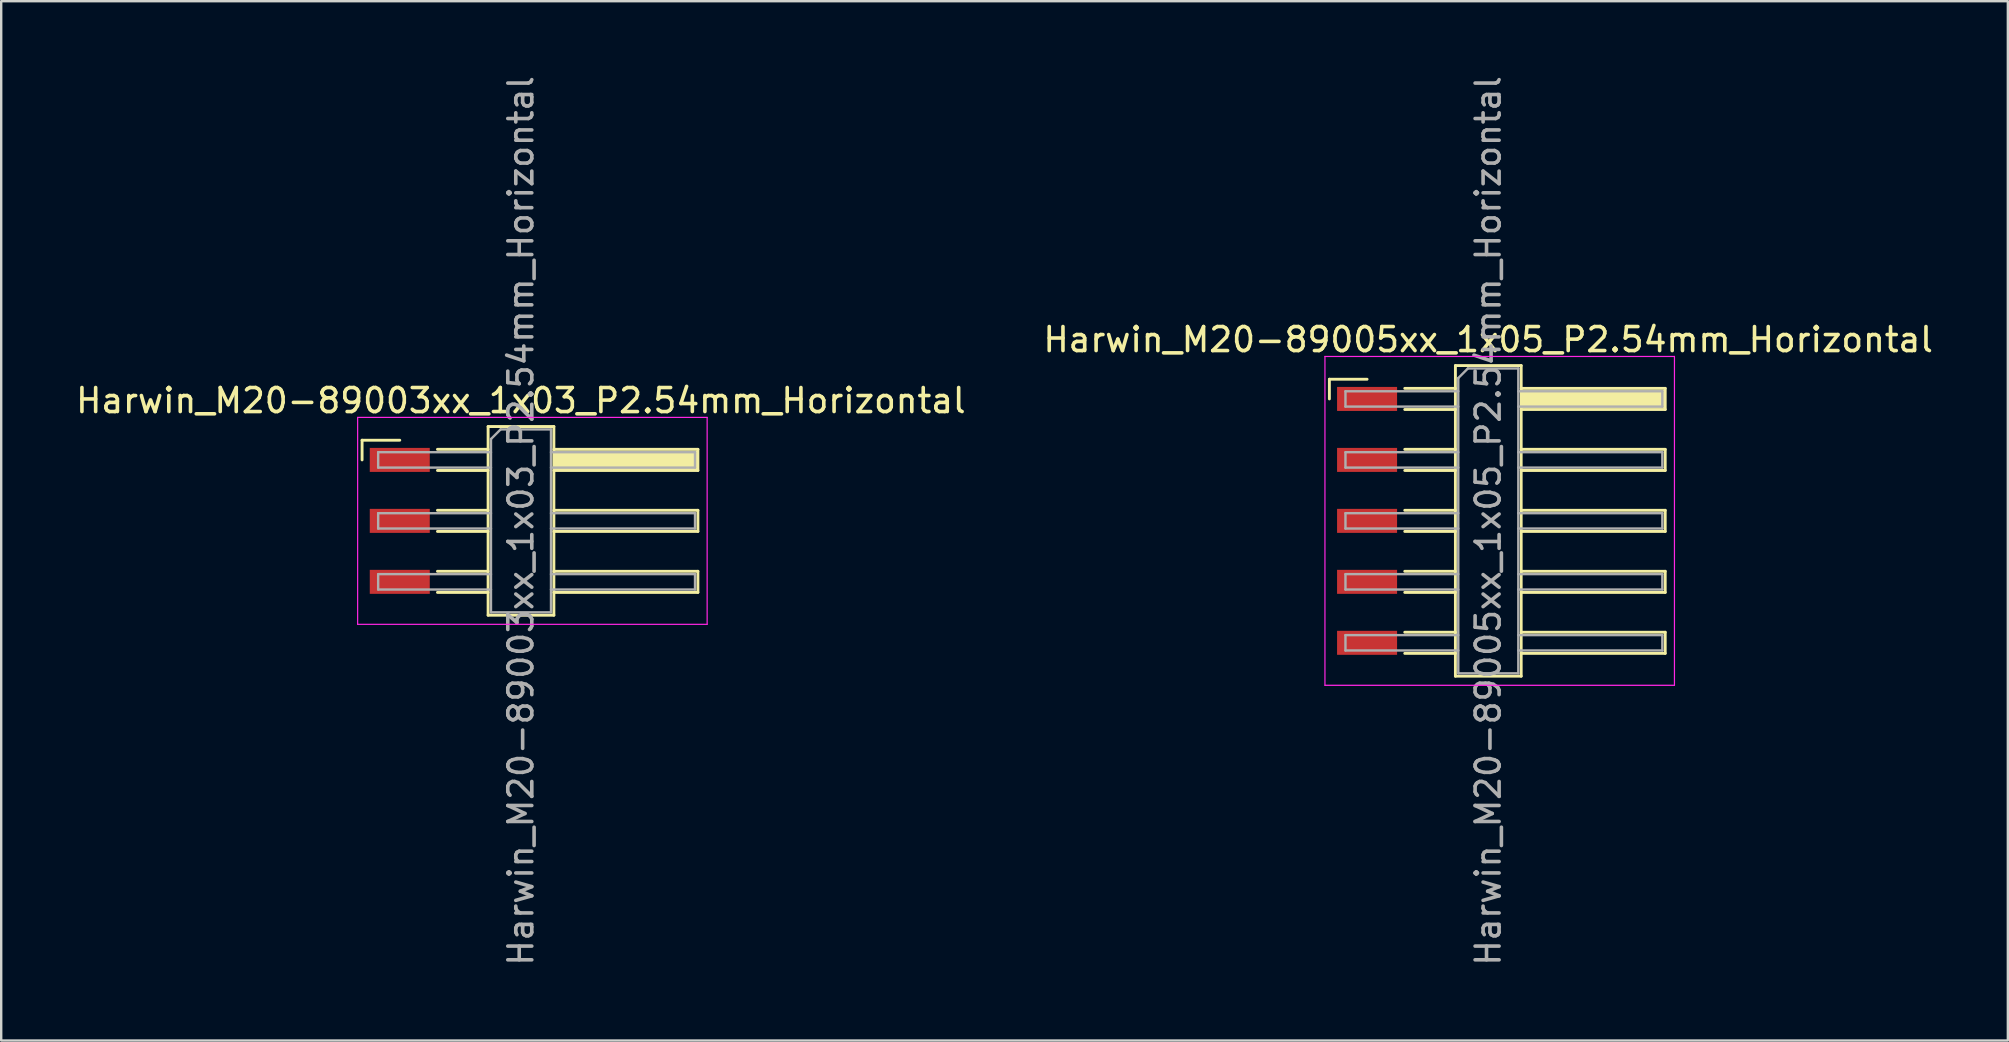
<source format=kicad_pcb>
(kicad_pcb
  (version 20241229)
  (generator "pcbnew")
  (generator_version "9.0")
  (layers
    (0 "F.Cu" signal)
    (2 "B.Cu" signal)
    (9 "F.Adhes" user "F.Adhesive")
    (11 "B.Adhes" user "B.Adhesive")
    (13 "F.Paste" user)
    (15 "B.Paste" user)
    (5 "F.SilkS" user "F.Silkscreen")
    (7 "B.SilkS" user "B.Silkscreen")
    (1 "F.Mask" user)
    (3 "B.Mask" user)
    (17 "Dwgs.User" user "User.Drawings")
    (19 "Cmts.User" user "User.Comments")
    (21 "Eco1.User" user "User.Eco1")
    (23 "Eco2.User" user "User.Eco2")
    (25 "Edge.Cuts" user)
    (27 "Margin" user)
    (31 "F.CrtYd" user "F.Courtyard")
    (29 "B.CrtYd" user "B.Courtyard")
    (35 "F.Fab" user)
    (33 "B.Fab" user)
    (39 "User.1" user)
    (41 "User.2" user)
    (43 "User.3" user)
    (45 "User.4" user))
  (footprint "Harwin_M20-89005xx_1x05_P2.54mm_Horizontal"
    (layer "F.Cu")
    (at 59.426 18.649)
    (property "Reference" "Harwin_M20-89005xx_1x05_P2.54mm_Horizontal" (at -0.48 -7.55 0) (layer "F.SilkS") (effects (font (size 1 1) (thickness 0.15))))
    (attr smd)
    (fp_line (start -7.095 -5.9) (end -5.525 -5.9) (stroke (width 0.12) (type solid)) (layer "F.SilkS"))
    (fp_line (start -7.095 -5.08) (end -7.095 -5.9) (stroke (width 0.12) (type solid)) (layer "F.SilkS"))
    (fp_line (start -3.955 -5.52) (end -1.845 -5.52) (stroke (width 0.12) (type solid)) (layer "F.SilkS"))
    (fp_line (start -3.955 -4.64) (end -1.845 -4.64) (stroke (width 0.12) (type solid)) (layer "F.SilkS"))
    (fp_line (start -3.955 -2.98) (end -1.845 -2.98) (stroke (width 0.12) (type solid)) (layer "F.SilkS"))
    (fp_line (start -3.955 -2.1) (end -1.845 -2.1) (stroke (width 0.12) (type solid)) (layer "F.SilkS"))
    (fp_line (start -3.955 -0.44) (end -1.845 -0.44) (stroke (width 0.12) (type solid)) (layer "F.SilkS"))
    (fp_line (start -3.955 0.44) (end -1.845 0.44) (stroke (width 0.12) (type solid)) (layer "F.SilkS"))
    (fp_line (start -3.955 2.1) (end -1.845 2.1) (stroke (width 0.12) (type solid)) (layer "F.SilkS"))
    (fp_line (start -3.955 2.98) (end -1.845 2.98) (stroke (width 0.12) (type solid)) (layer "F.SilkS"))
    (fp_line (start -3.955 4.64) (end -1.845 4.64) (stroke (width 0.12) (type solid)) (layer "F.SilkS"))
    (fp_line (start -3.955 5.52) (end -1.845 5.52) (stroke (width 0.12) (type solid)) (layer "F.SilkS"))
    (fp_line (start -1.845 -6.47) (end 0.895 -6.47) (stroke (width 0.12) (type solid)) (layer "F.SilkS"))
    (fp_line (start -1.845 6.47) (end -1.845 -6.47) (stroke (width 0.12) (type solid)) (layer "F.SilkS"))
    (fp_line (start 0.895 -6.47) (end 0.895 6.47) (stroke (width 0.12) (type solid)) (layer "F.SilkS"))
    (fp_line (start 0.895 -5.52) (end 6.895 -5.52) (stroke (width 0.12) (type solid)) (layer "F.SilkS"))
    (fp_line (start 0.895 -2.98) (end 6.895 -2.98) (stroke (width 0.12) (type solid)) (layer "F.SilkS"))
    (fp_line (start 0.895 -0.44) (end 6.895 -0.44) (stroke (width 0.12) (type solid)) (layer "F.SilkS"))
    (fp_line (start 0.895 2.1) (end 6.895 2.1) (stroke (width 0.12) (type solid)) (layer "F.SilkS"))
    (fp_line (start 0.895 4.64) (end 6.895 4.64) (stroke (width 0.12) (type solid)) (layer "F.SilkS"))
    (fp_line (start 0.895 6.47) (end -1.845 6.47) (stroke (width 0.12) (type solid)) (layer "F.SilkS"))
    (fp_line (start 6.895 -5.52) (end 6.895 -4.64) (stroke (width 0.12) (type solid)) (layer "F.SilkS"))
    (fp_line (start 6.895 -4.64) (end 0.895 -4.64) (stroke (width 0.12) (type solid)) (layer "F.SilkS"))
    (fp_line (start 6.895 -2.98) (end 6.895 -2.1) (stroke (width 0.12) (type solid)) (layer "F.SilkS"))
    (fp_line (start 6.895 -2.1) (end 0.895 -2.1) (stroke (width 0.12) (type solid)) (layer "F.SilkS"))
    (fp_line (start 6.895 -0.44) (end 6.895 0.44) (stroke (width 0.12) (type solid)) (layer "F.SilkS"))
    (fp_line (start 6.895 0.44) (end 0.895 0.44) (stroke (width 0.12) (type solid)) (layer "F.SilkS"))
    (fp_line (start 6.895 2.1) (end 6.895 2.98) (stroke (width 0.12) (type solid)) (layer "F.SilkS"))
    (fp_line (start 6.895 2.98) (end 0.895 2.98) (stroke (width 0.12) (type solid)) (layer "F.SilkS"))
    (fp_line (start 6.895 4.64) (end 6.895 5.52) (stroke (width 0.12) (type solid)) (layer "F.SilkS"))
    (fp_line (start 6.895 5.52) (end 0.895 5.52) (stroke (width 0.12) (type solid)) (layer "F.SilkS"))
    (fp_line (start -7.28 -6.85) (end 7.28 -6.85) (stroke (width 0.05) (type solid)) (layer "F.CrtYd"))
    (fp_line (start -7.28 6.85) (end -7.28 -6.85) (stroke (width 0.05) (type solid)) (layer "F.CrtYd"))
    (fp_line (start 7.28 -6.85) (end 7.28 6.85) (stroke (width 0.05) (type solid)) (layer "F.CrtYd"))
    (fp_line (start 7.28 6.85) (end -7.28 6.85) (stroke (width 0.05) (type solid)) (layer "F.CrtYd"))
    (fp_line (start -6.425 -5.4) (end -6.425 -4.76) (stroke (width 0.1) (type solid)) (layer "F.Fab"))
    (fp_line (start -6.425 -4.76) (end -1.725 -4.76) (stroke (width 0.1) (type solid)) (layer "F.Fab"))
    (fp_line (start -6.425 -2.86) (end -6.425 -2.22) (stroke (width 0.1) (type solid)) (layer "F.Fab"))
    (fp_line (start -6.425 -2.22) (end -1.725 -2.22) (stroke (width 0.1) (type solid)) (layer "F.Fab"))
    (fp_line (start -6.425 -0.32) (end -6.425 0.32) (stroke (width 0.1) (type solid)) (layer "F.Fab"))
    (fp_line (start -6.425 0.32) (end -1.725 0.32) (stroke (width 0.1) (type solid)) (layer "F.Fab"))
    (fp_line (start -6.425 2.22) (end -6.425 2.86) (stroke (width 0.1) (type solid)) (layer "F.Fab"))
    (fp_line (start -6.425 2.86) (end -1.725 2.86) (stroke (width 0.1) (type solid)) (layer "F.Fab"))
    (fp_line (start -6.425 4.76) (end -6.425 5.4) (stroke (width 0.1) (type solid)) (layer "F.Fab"))
    (fp_line (start -6.425 5.4) (end -1.725 5.4) (stroke (width 0.1) (type solid)) (layer "F.Fab"))
    (fp_line (start -1.725 -5.95) (end -1.325 -6.35) (stroke (width 0.1) (type solid)) (layer "F.Fab"))
    (fp_line (start -1.725 -5.4) (end -6.425 -5.4) (stroke (width 0.1) (type solid)) (layer "F.Fab"))
    (fp_line (start -1.725 -2.86) (end -6.425 -2.86) (stroke (width 0.1) (type solid)) (layer "F.Fab"))
    (fp_line (start -1.725 -0.32) (end -6.425 -0.32) (stroke (width 0.1) (type solid)) (layer "F.Fab"))
    (fp_line (start -1.725 2.22) (end -6.425 2.22) (stroke (width 0.1) (type solid)) (layer "F.Fab"))
    (fp_line (start -1.725 4.76) (end -6.425 4.76) (stroke (width 0.1) (type solid)) (layer "F.Fab"))
    (fp_line (start -1.725 6.35) (end -1.725 -5.95) (stroke (width 0.1) (type solid)) (layer "F.Fab"))
    (fp_line (start -1.325 -6.35) (end 0.775 -6.35) (stroke (width 0.1) (type solid)) (layer "F.Fab"))
    (fp_line (start 0.775 -6.35) (end 0.775 6.35) (stroke (width 0.1) (type solid)) (layer "F.Fab"))
    (fp_line (start 0.775 -5.4) (end 6.775 -5.4) (stroke (width 0.1) (type solid)) (layer "F.Fab"))
    (fp_line (start 0.775 -2.86) (end 6.775 -2.86) (stroke (width 0.1) (type solid)) (layer "F.Fab"))
    (fp_line (start 0.775 -0.32) (end 6.775 -0.32) (stroke (width 0.1) (type solid)) (layer "F.Fab"))
    (fp_line (start 0.775 2.22) (end 6.775 2.22) (stroke (width 0.1) (type solid)) (layer "F.Fab"))
    (fp_line (start 0.775 4.76) (end 6.775 4.76) (stroke (width 0.1) (type solid)) (layer "F.Fab"))
    (fp_line (start 0.775 6.35) (end -1.725 6.35) (stroke (width 0.1) (type solid)) (layer "F.Fab"))
    (fp_line (start 6.775 -5.4) (end 6.775 -4.76) (stroke (width 0.1) (type solid)) (layer "F.Fab"))
    (fp_line (start 6.775 -4.76) (end 0.775 -4.76) (stroke (width 0.1) (type solid)) (layer "F.Fab"))
    (fp_line (start 6.775 -2.86) (end 6.775 -2.22) (stroke (width 0.1) (type solid)) (layer "F.Fab"))
    (fp_line (start 6.775 -2.22) (end 0.775 -2.22) (stroke (width 0.1) (type solid)) (layer "F.Fab"))
    (fp_line (start 6.775 -0.32) (end 6.775 0.32) (stroke (width 0.1) (type solid)) (layer "F.Fab"))
    (fp_line (start 6.775 0.32) (end 0.775 0.32) (stroke (width 0.1) (type solid)) (layer "F.Fab"))
    (fp_line (start 6.775 2.22) (end 6.775 2.86) (stroke (width 0.1) (type solid)) (layer "F.Fab"))
    (fp_line (start 6.775 2.86) (end 0.775 2.86) (stroke (width 0.1) (type solid)) (layer "F.Fab"))
    (fp_line (start 6.775 4.76) (end 6.775 5.4) (stroke (width 0.1) (type solid)) (layer "F.Fab"))
    (fp_line (start 6.775 5.4) (end 0.775 5.4) (stroke (width 0.1) (type solid)) (layer "F.Fab"))
    (fp_text user "${REFERENCE}" (at -0.48 0 90) (layer "F.Fab") (effects (font (size 1 1) (thickness 0.15))))
    (pad "" smd rect (at 3.895 -5.08) (size 6 0.76) (layers "F.SilkS"))
    (pad "1" smd rect (at -5.525 -5.08) (size 2.5 1) (layers "F.Cu" "F.Mask" "F.Paste"))
    (pad "2" smd rect (at -5.525 -2.54) (size 2.5 1) (layers "F.Cu" "F.Mask" "F.Paste"))
    (pad "3" smd rect (at -5.525 0) (size 2.5 1) (layers "F.Cu" "F.Mask" "F.Paste"))
    (pad "4" smd rect (at -5.525 2.54) (size 2.5 1) (layers "F.Cu" "F.Mask" "F.Paste"))
    (pad "5" smd rect (at -5.525 5.08) (size 2.5 1) (layers "F.Cu" "F.Mask" "F.Paste")))
  (footprint "Harwin_M20-89003xx_1x03_P2.54mm_Horizontal"
    (layer "F.Cu")
    (at 19.129 18.649)
    (property "Reference" "Harwin_M20-89003xx_1x03_P2.54mm_Horizontal" (at -0.48 -5.01 0) (layer "F.SilkS") (effects (font (size 1 1) (thickness 0.15))))
    (attr smd)
    (fp_line (start -7.095 -3.36) (end -5.525 -3.36) (stroke (width 0.12) (type solid)) (layer "F.SilkS"))
    (fp_line (start -7.095 -2.54) (end -7.095 -3.36) (stroke (width 0.12) (type solid)) (layer "F.SilkS"))
    (fp_line (start -3.955 -2.98) (end -1.845 -2.98) (stroke (width 0.12) (type solid)) (layer "F.SilkS"))
    (fp_line (start -3.955 -2.1) (end -1.845 -2.1) (stroke (width 0.12) (type solid)) (layer "F.SilkS"))
    (fp_line (start -3.955 -0.44) (end -1.845 -0.44) (stroke (width 0.12) (type solid)) (layer "F.SilkS"))
    (fp_line (start -3.955 0.44) (end -1.845 0.44) (stroke (width 0.12) (type solid)) (layer "F.SilkS"))
    (fp_line (start -3.955 2.1) (end -1.845 2.1) (stroke (width 0.12) (type solid)) (layer "F.SilkS"))
    (fp_line (start -3.955 2.98) (end -1.845 2.98) (stroke (width 0.12) (type solid)) (layer "F.SilkS"))
    (fp_line (start -1.845 -3.93) (end 0.895 -3.93) (stroke (width 0.12) (type solid)) (layer "F.SilkS"))
    (fp_line (start -1.845 3.93) (end -1.845 -3.93) (stroke (width 0.12) (type solid)) (layer "F.SilkS"))
    (fp_line (start 0.895 -3.93) (end 0.895 3.93) (stroke (width 0.12) (type solid)) (layer "F.SilkS"))
    (fp_line (start 0.895 -2.98) (end 6.895 -2.98) (stroke (width 0.12) (type solid)) (layer "F.SilkS"))
    (fp_line (start 0.895 -0.44) (end 6.895 -0.44) (stroke (width 0.12) (type solid)) (layer "F.SilkS"))
    (fp_line (start 0.895 2.1) (end 6.895 2.1) (stroke (width 0.12) (type solid)) (layer "F.SilkS"))
    (fp_line (start 0.895 3.93) (end -1.845 3.93) (stroke (width 0.12) (type solid)) (layer "F.SilkS"))
    (fp_line (start 6.895 -2.98) (end 6.895 -2.1) (stroke (width 0.12) (type solid)) (layer "F.SilkS"))
    (fp_line (start 6.895 -2.1) (end 0.895 -2.1) (stroke (width 0.12) (type solid)) (layer "F.SilkS"))
    (fp_line (start 6.895 -0.44) (end 6.895 0.44) (stroke (width 0.12) (type solid)) (layer "F.SilkS"))
    (fp_line (start 6.895 0.44) (end 0.895 0.44) (stroke (width 0.12) (type solid)) (layer "F.SilkS"))
    (fp_line (start 6.895 2.1) (end 6.895 2.98) (stroke (width 0.12) (type solid)) (layer "F.SilkS"))
    (fp_line (start 6.895 2.98) (end 0.895 2.98) (stroke (width 0.12) (type solid)) (layer "F.SilkS"))
    (fp_line (start -7.28 -4.31) (end 7.28 -4.31) (stroke (width 0.05) (type solid)) (layer "F.CrtYd"))
    (fp_line (start -7.28 4.31) (end -7.28 -4.31) (stroke (width 0.05) (type solid)) (layer "F.CrtYd"))
    (fp_line (start 7.28 -4.31) (end 7.28 4.31) (stroke (width 0.05) (type solid)) (layer "F.CrtYd"))
    (fp_line (start 7.28 4.31) (end -7.28 4.31) (stroke (width 0.05) (type solid)) (layer "F.CrtYd"))
    (fp_line (start -6.425 -2.86) (end -6.425 -2.22) (stroke (width 0.1) (type solid)) (layer "F.Fab"))
    (fp_line (start -6.425 -2.22) (end -1.725 -2.22) (stroke (width 0.1) (type solid)) (layer "F.Fab"))
    (fp_line (start -6.425 -0.32) (end -6.425 0.32) (stroke (width 0.1) (type solid)) (layer "F.Fab"))
    (fp_line (start -6.425 0.32) (end -1.725 0.32) (stroke (width 0.1) (type solid)) (layer "F.Fab"))
    (fp_line (start -6.425 2.22) (end -6.425 2.86) (stroke (width 0.1) (type solid)) (layer "F.Fab"))
    (fp_line (start -6.425 2.86) (end -1.725 2.86) (stroke (width 0.1) (type solid)) (layer "F.Fab"))
    (fp_line (start -1.725 -3.41) (end -1.325 -3.81) (stroke (width 0.1) (type solid)) (layer "F.Fab"))
    (fp_line (start -1.725 -2.86) (end -6.425 -2.86) (stroke (width 0.1) (type solid)) (layer "F.Fab"))
    (fp_line (start -1.725 -0.32) (end -6.425 -0.32) (stroke (width 0.1) (type solid)) (layer "F.Fab"))
    (fp_line (start -1.725 2.22) (end -6.425 2.22) (stroke (width 0.1) (type solid)) (layer "F.Fab"))
    (fp_line (start -1.725 3.81) (end -1.725 -3.41) (stroke (width 0.1) (type solid)) (layer "F.Fab"))
    (fp_line (start -1.325 -3.81) (end 0.775 -3.81) (stroke (width 0.1) (type solid)) (layer "F.Fab"))
    (fp_line (start 0.775 -3.81) (end 0.775 3.81) (stroke (width 0.1) (type solid)) (layer "F.Fab"))
    (fp_line (start 0.775 -2.86) (end 6.775 -2.86) (stroke (width 0.1) (type solid)) (layer "F.Fab"))
    (fp_line (start 0.775 -0.32) (end 6.775 -0.32) (stroke (width 0.1) (type solid)) (layer "F.Fab"))
    (fp_line (start 0.775 2.22) (end 6.775 2.22) (stroke (width 0.1) (type solid)) (layer "F.Fab"))
    (fp_line (start 0.775 3.81) (end -1.725 3.81) (stroke (width 0.1) (type solid)) (layer "F.Fab"))
    (fp_line (start 6.775 -2.86) (end 6.775 -2.22) (stroke (width 0.1) (type solid)) (layer "F.Fab"))
    (fp_line (start 6.775 -2.22) (end 0.775 -2.22) (stroke (width 0.1) (type solid)) (layer "F.Fab"))
    (fp_line (start 6.775 -0.32) (end 6.775 0.32) (stroke (width 0.1) (type solid)) (layer "F.Fab"))
    (fp_line (start 6.775 0.32) (end 0.775 0.32) (stroke (width 0.1) (type solid)) (layer "F.Fab"))
    (fp_line (start 6.775 2.22) (end 6.775 2.86) (stroke (width 0.1) (type solid)) (layer "F.Fab"))
    (fp_line (start 6.775 2.86) (end 0.775 2.86) (stroke (width 0.1) (type solid)) (layer "F.Fab"))
    (fp_text user "${REFERENCE}" (at -0.48 0 90) (layer "F.Fab") (effects (font (size 1 1) (thickness 0.15))))
    (pad "" smd rect (at 3.895 -2.54) (size 6 0.76) (layers "F.SilkS"))
    (pad "1" smd rect (at -5.525 -2.54) (size 2.5 1) (layers "F.Cu" "F.Mask" "F.Paste"))
    (pad "2" smd rect (at -5.525 0) (size 2.5 1) (layers "F.Cu" "F.Mask" "F.Paste"))
    (pad "3" smd rect (at -5.525 2.54) (size 2.5 1) (layers "F.Cu" "F.Mask" "F.Paste")))
  (gr_rect
    (start -3 -3)
    (end 80.595 40.298)
    (stroke (width 0.1) (type default))
    (fill no)
    (layer "Edge.Cuts")))
</source>
